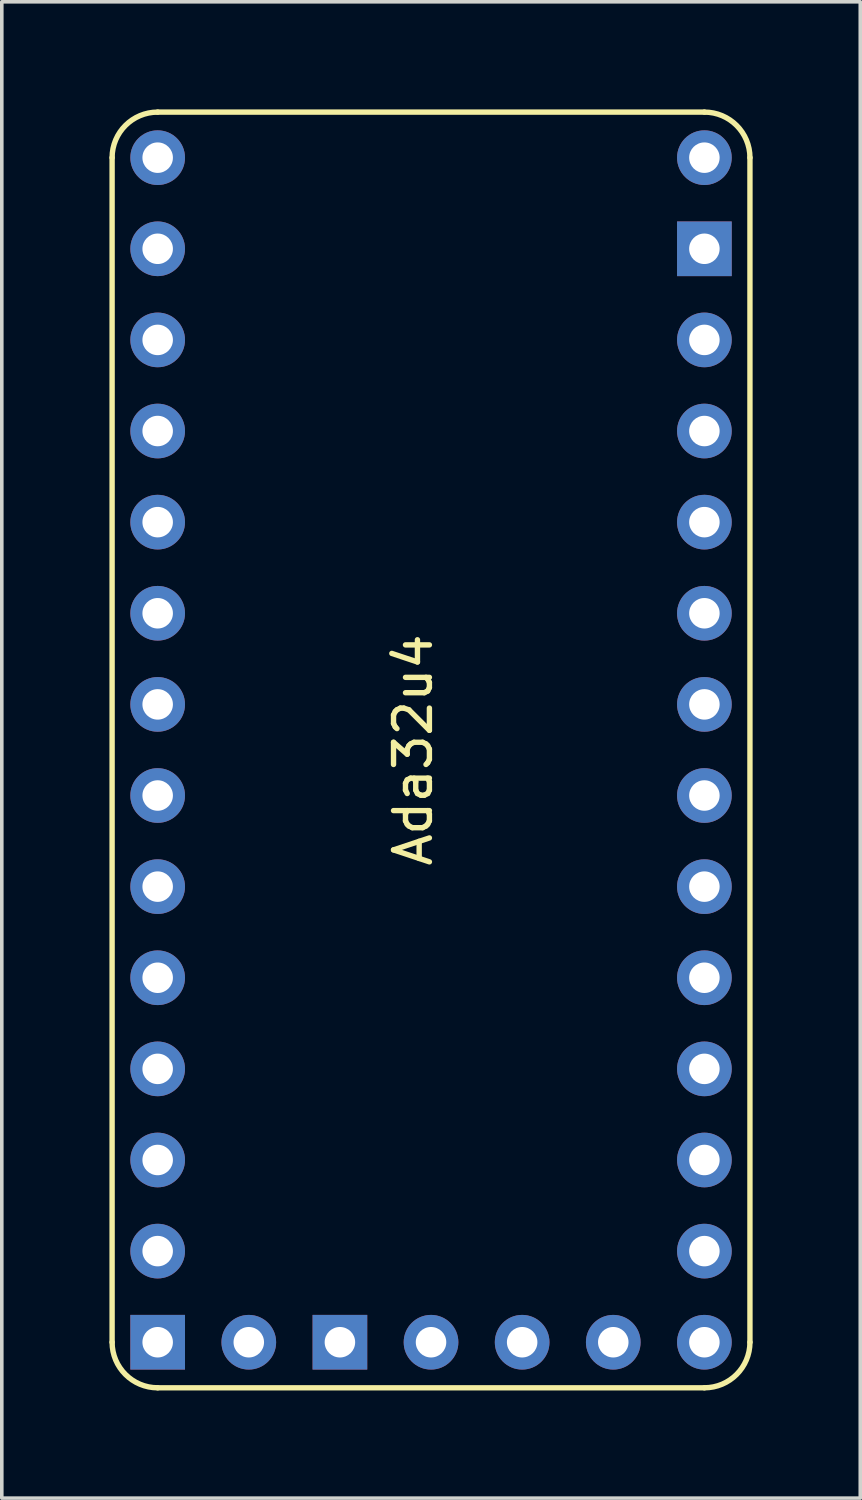
<source format=kicad_pcb>
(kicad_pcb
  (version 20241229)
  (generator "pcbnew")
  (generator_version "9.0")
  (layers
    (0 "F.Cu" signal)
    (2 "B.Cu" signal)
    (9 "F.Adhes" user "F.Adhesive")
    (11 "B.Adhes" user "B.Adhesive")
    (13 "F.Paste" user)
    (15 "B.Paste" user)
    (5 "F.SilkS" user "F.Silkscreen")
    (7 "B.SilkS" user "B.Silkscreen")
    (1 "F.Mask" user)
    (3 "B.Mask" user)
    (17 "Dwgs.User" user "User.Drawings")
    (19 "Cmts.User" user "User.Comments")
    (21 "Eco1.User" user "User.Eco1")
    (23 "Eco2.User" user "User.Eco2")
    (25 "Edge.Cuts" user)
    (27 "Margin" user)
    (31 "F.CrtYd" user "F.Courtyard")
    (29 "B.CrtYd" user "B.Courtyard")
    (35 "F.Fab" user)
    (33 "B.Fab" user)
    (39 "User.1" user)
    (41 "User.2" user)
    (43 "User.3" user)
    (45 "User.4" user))
  (footprint "Ada32u4"
    (layer "F.Cu")
    (at 8.965 17.855)
    (property "Reference" "Ada32u4" (at -0.5 0 270) (layer "F.SilkS") (effects (font (size 1 1) (thickness 0.15))))
    (attr through_hole)
    (fp_line (start -8.89 -16.51) (end -8.89 16.51) (stroke (width 0.15) (type solid)) (layer "F.SilkS"))
    (fp_line (start -7.62 17.78) (end 7.62 17.78) (stroke (width 0.15) (type solid)) (layer "F.SilkS"))
    (fp_line (start 7.62 -17.78) (end -7.62 -17.78) (stroke (width 0.15) (type solid)) (layer "F.SilkS"))
    (fp_line (start 8.89 16.51) (end 8.89 -16.51) (stroke (width 0.15) (type solid)) (layer "F.SilkS"))
    (fp_arc (start -8.89 -16.51) (mid -8.518026 -17.408026) (end -7.62 -17.78) (stroke (width 0.15) (type solid)) (layer "F.SilkS"))
    (fp_arc (start -7.62 17.78) (mid -8.518026 17.408026) (end -8.89 16.51) (stroke (width 0.15) (type solid)) (layer "F.SilkS"))
    (fp_arc (start 7.62 -17.78) (mid 8.518026 -17.408026) (end 8.89 -16.51) (stroke (width 0.15) (type solid)) (layer "F.SilkS"))
    (fp_arc (start 8.89 16.51) (mid 8.518026 17.408026) (end 7.62 17.78) (stroke (width 0.15) (type solid)) (layer "F.SilkS"))
    (pad "1" thru_hole circle (at -7.62 -16.51 270) (size 1.524 1.524) (drill 0.85) (layers "*.Cu" "*.Mask"))
    (pad "2" thru_hole circle (at -7.62 -13.97 270) (size 1.524 1.524) (drill 0.85) (layers "*.Cu" "*.Mask"))
    (pad "3" thru_hole circle (at -7.62 -11.43 270) (size 1.524 1.524) (drill 0.85) (layers "*.Cu" "*.Mask"))
    (pad "4" thru_hole circle (at -7.62 -8.89 270) (size 1.524 1.524) (drill 0.85) (layers "*.Cu" "*.Mask"))
    (pad "5" thru_hole circle (at -7.62 -6.35 270) (size 1.524 1.524) (drill 0.85) (layers "*.Cu" "*.Mask"))
    (pad "6" thru_hole circle (at -7.62 -3.81 270) (size 1.524 1.524) (drill 0.85) (layers "*.Cu" "*.Mask"))
    (pad "7" thru_hole circle (at -7.62 -1.27 270) (size 1.524 1.524) (drill 0.85) (layers "*.Cu" "*.Mask"))
    (pad "8" thru_hole circle (at -7.62 1.27 270) (size 1.524 1.524) (drill 0.85) (layers "*.Cu" "*.Mask"))
    (pad "9" thru_hole circle (at -7.62 3.81 270) (size 1.524 1.524) (drill 0.85) (layers "*.Cu" "*.Mask"))
    (pad "10" thru_hole circle (at -7.62 6.35 270) (size 1.524 1.524) (drill 0.85) (layers "*.Cu" "*.Mask"))
    (pad "11" thru_hole circle (at -7.62 8.89 270) (size 1.524 1.524) (drill 0.85) (layers "*.Cu" "*.Mask"))
    (pad "12" thru_hole circle (at -7.62 11.43 270) (size 1.524 1.524) (drill 0.85) (layers "*.Cu" "*.Mask"))
    (pad "13" thru_hole circle (at -7.62 13.97 270) (size 1.524 1.524) (drill 0.85) (layers "*.Cu" "*.Mask"))
    (pad "14" thru_hole rect (at -7.62 16.51 270) (size 1.524 1.524) (drill 0.85) (layers "*.Cu" "*.Mask"))
    (pad "15" thru_hole circle (at -5.08 16.51 270) (size 1.524 1.524) (drill 0.85) (layers "*.Cu" "*.Mask"))
    (pad "16" thru_hole rect (at -2.54 16.51 270) (size 1.524 1.524) (drill 0.85) (layers "*.Cu" "*.Mask"))
    (pad "17" thru_hole circle (at 0 16.51 270) (size 1.524 1.524) (drill 0.85) (layers "*.Cu" "*.Mask"))
    (pad "18" thru_hole circle (at 2.54 16.51 270) (size 1.524 1.524) (drill 0.85) (layers "*.Cu" "*.Mask"))
    (pad "19" thru_hole circle (at 5.08 16.51 270) (size 1.524 1.524) (drill 0.85) (layers "*.Cu" "*.Mask"))
    (pad "20" thru_hole circle (at 7.62 16.51 270) (size 1.524 1.524) (drill 0.85) (layers "*.Cu" "*.Mask"))
    (pad "21" thru_hole circle (at 7.62 13.97 270) (size 1.524 1.524) (drill 0.85) (layers "*.Cu" "*.Mask"))
    (pad "22" thru_hole circle (at 7.62 11.43 270) (size 1.524 1.524) (drill 0.85) (layers "*.Cu" "*.Mask"))
    (pad "23" thru_hole circle (at 7.62 8.89 270) (size 1.524 1.524) (drill 0.85) (layers "*.Cu" "*.Mask"))
    (pad "24" thru_hole circle (at 7.62 6.35 270) (size 1.524 1.524) (drill 0.85) (layers "*.Cu" "*.Mask"))
    (pad "25" thru_hole circle (at 7.62 3.81 270) (size 1.524 1.524) (drill 0.85) (layers "*.Cu" "*.Mask"))
    (pad "26" thru_hole circle (at 7.62 1.27 270) (size 1.524 1.524) (drill 0.85) (layers "*.Cu" "*.Mask"))
    (pad "27" thru_hole circle (at 7.62 -1.27 270) (size 1.524 1.524) (drill 0.85) (layers "*.Cu" "*.Mask"))
    (pad "28" thru_hole circle (at 7.62 -3.81 270) (size 1.524 1.524) (drill 0.85) (layers "*.Cu" "*.Mask"))
    (pad "29" thru_hole circle (at 7.62 -6.35 270) (size 1.524 1.524) (drill 0.85) (layers "*.Cu" "*.Mask"))
    (pad "30" thru_hole circle (at 7.62 -8.89 270) (size 1.524 1.524) (drill 0.85) (layers "*.Cu" "*.Mask"))
    (pad "31" thru_hole circle (at 7.62 -11.43 270) (size 1.524 1.524) (drill 0.85) (layers "*.Cu" "*.Mask"))
    (pad "32" thru_hole rect (at 7.62 -13.97 270) (size 1.524 1.524) (drill 0.85) (layers "*.Cu" "*.Mask"))
    (pad "33" thru_hole circle (at 7.62 -16.51 270) (size 1.524 1.524) (drill 0.85) (layers "*.Cu" "*.Mask")))
  (gr_rect
    (start -3 -3)
    (end 20.93 38.71)
    (stroke (width 0.1) (type default))
    (fill no)
    (layer "Edge.Cuts")))
</source>
